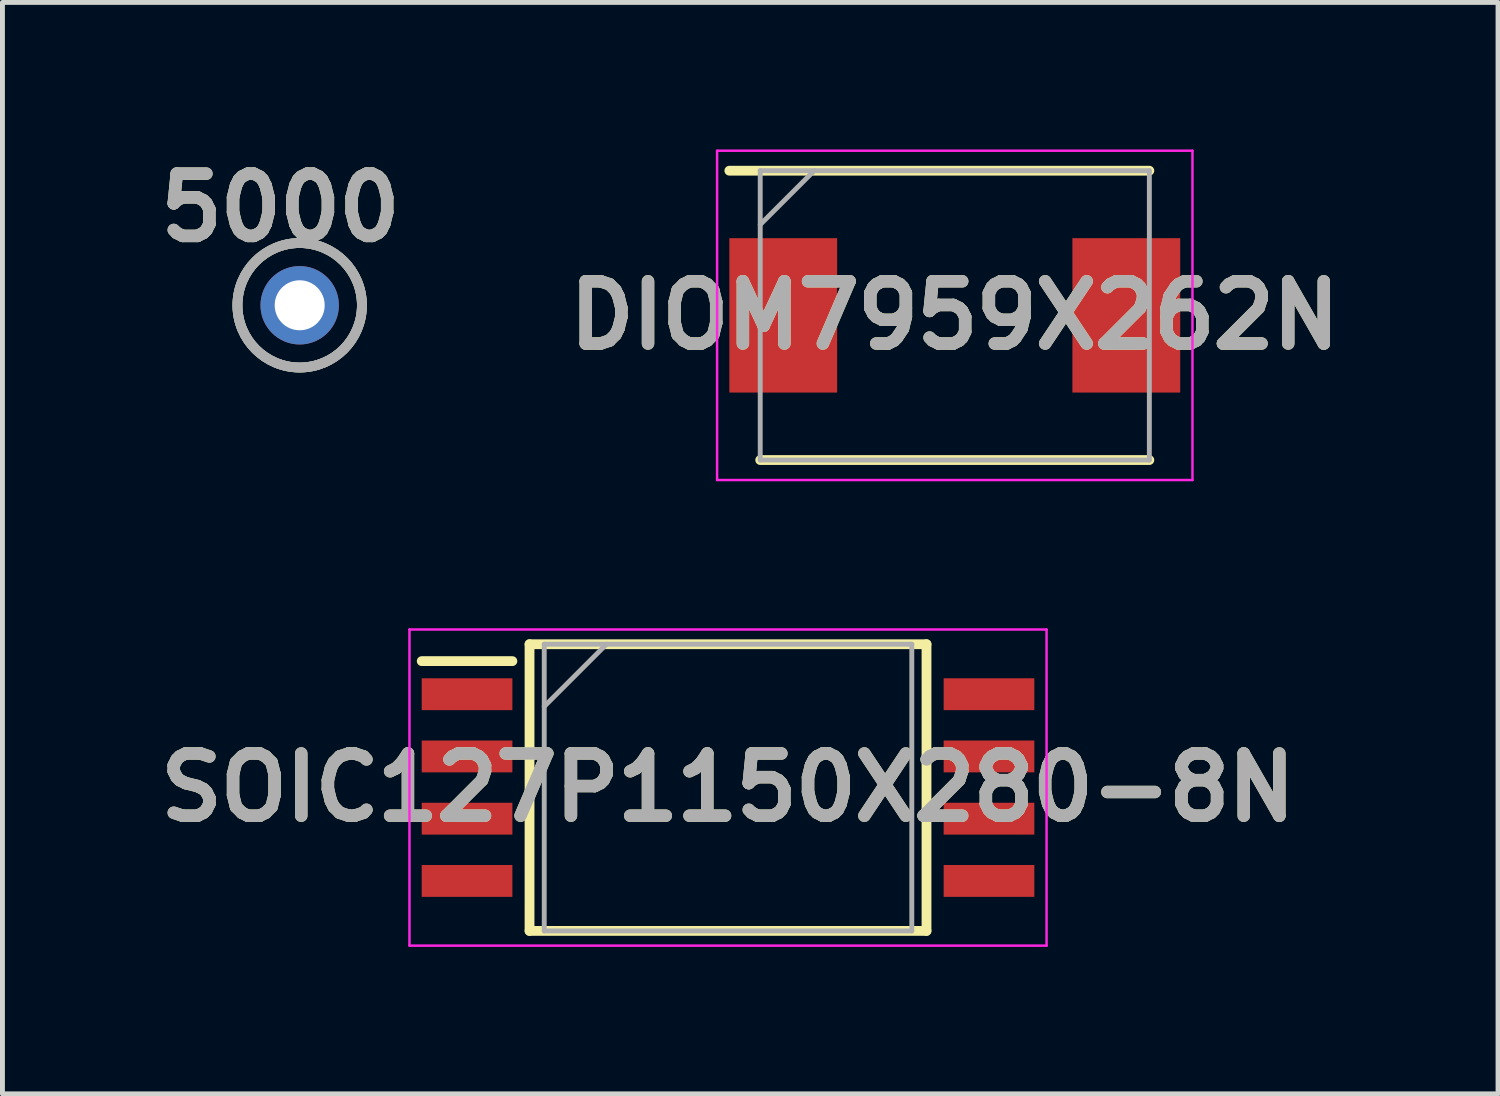
<source format=kicad_pcb>
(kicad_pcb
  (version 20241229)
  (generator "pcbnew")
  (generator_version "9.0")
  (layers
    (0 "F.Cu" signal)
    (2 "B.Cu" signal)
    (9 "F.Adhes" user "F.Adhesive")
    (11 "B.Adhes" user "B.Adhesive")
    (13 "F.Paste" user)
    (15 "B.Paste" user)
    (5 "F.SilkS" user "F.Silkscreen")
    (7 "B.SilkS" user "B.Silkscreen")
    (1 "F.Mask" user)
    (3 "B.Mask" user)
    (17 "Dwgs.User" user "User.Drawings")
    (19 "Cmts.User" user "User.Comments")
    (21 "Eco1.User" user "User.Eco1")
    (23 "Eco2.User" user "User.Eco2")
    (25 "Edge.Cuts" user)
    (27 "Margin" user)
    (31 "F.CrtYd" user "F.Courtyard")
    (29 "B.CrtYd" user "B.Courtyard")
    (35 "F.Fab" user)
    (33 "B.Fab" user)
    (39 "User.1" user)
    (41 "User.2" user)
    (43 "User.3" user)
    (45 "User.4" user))
  (footprint "DIOM7959X262N"
    (layer "F.Cu")
    (at 16.432 3.385)
    (property "Reference" "DIOM7959X262N" (at 0 0 0) (layer "F.SilkS") (effects (font (size 1.27 1.27) (thickness 0.254))))
    (attr smd)
    (fp_line (start -3.97 2.952) (end 3.97 2.952) (stroke (width 0.2) (type solid)) (layer "F.SilkS"))
    (fp_line (start 3.97 -2.952) (end -4.6 -2.952) (stroke (width 0.2) (type solid)) (layer "F.SilkS"))
    (fp_line (start -4.85 -3.36) (end 4.85 -3.36) (stroke (width 0.05) (type solid)) (layer "F.CrtYd"))
    (fp_line (start -4.85 3.36) (end -4.85 -3.36) (stroke (width 0.05) (type solid)) (layer "F.CrtYd"))
    (fp_line (start 4.85 -3.36) (end 4.85 3.36) (stroke (width 0.05) (type solid)) (layer "F.CrtYd"))
    (fp_line (start 4.85 3.36) (end -4.85 3.36) (stroke (width 0.05) (type solid)) (layer "F.CrtYd"))
    (fp_line (start -3.97 -2.952) (end 3.97 -2.952) (stroke (width 0.1) (type solid)) (layer "F.Fab"))
    (fp_line (start -3.97 -1.852) (end -2.87 -2.952) (stroke (width 0.1) (type solid)) (layer "F.Fab"))
    (fp_line (start -3.97 2.952) (end -3.97 -2.952) (stroke (width 0.1) (type solid)) (layer "F.Fab"))
    (fp_line (start 3.97 -2.952) (end 3.97 2.952) (stroke (width 0.1) (type solid)) (layer "F.Fab"))
    (fp_line (start 3.97 2.952) (end -3.97 2.952) (stroke (width 0.1) (type solid)) (layer "F.Fab"))
    (fp_text user "${REFERENCE}" (at 0 0 0) (layer "F.Fab") (effects (font (size 1.27 1.27) (thickness 0.254))))
    (pad "1" smd rect (at -3.5 0) (size 2.2 3.15) (layers "F.Cu" "F.Mask" "F.Paste"))
    (pad "2" smd rect (at 3.5 0) (size 2.2 3.15) (layers "F.Cu" "F.Mask" "F.Paste")))
  (footprint "5000"
    (layer "F.Cu")
    (at 3.065 3.179)
    (property "Reference" "5000" (at -0.392 -1.99 0) (layer "F.SilkS") (effects (font (size 1.27 1.27) (thickness 0.254))))
    (attr through_hole)
    (fp_circle (center 0 0) (end 0 1.27) (stroke (width 0.2) (type solid)) (fill no) (layer "F.SilkS"))
    (fp_circle (center 0 0) (end 0 1.27) (stroke (width 0.2) (type solid)) (fill no) (layer "F.Fab"))
    (fp_circle (center 0 0) (end 0 1.27) (stroke (width 0.2) (type solid)) (fill no) (layer "F.Fab"))
    (fp_text user "${REFERENCE}" (at -0.392 -1.99 0) (layer "F.Fab") (effects (font (size 1.27 1.27) (thickness 0.254))))
    (pad "1" thru_hole circle (at 0 0) (size 1.6 1.6) (drill 1.02) (layers "*.Cu" "*.Mask")))
  (footprint "SOIC127P1150X280-8N"
    (layer "F.Cu")
    (at 11.805 13.02)
    (property "Reference" "SOIC127P1150X280-8N" (at 0 0 0) (layer "F.SilkS") (effects (font (size 1.27 1.27) (thickness 0.254))))
    (attr smd)
    (fp_line (start -6.25 -2.58) (end -4.4 -2.58) (stroke (width 0.2) (type solid)) (layer "F.SilkS"))
    (fp_line (start -4.05 -2.925) (end 4.05 -2.925) (stroke (width 0.2) (type solid)) (layer "F.SilkS"))
    (fp_line (start -4.05 2.925) (end -4.05 -2.925) (stroke (width 0.2) (type solid)) (layer "F.SilkS"))
    (fp_line (start 4.05 -2.925) (end 4.05 2.925) (stroke (width 0.2) (type solid)) (layer "F.SilkS"))
    (fp_line (start 4.05 2.925) (end -4.05 2.925) (stroke (width 0.2) (type solid)) (layer "F.SilkS"))
    (fp_line (start -6.5 -3.225) (end 6.5 -3.225) (stroke (width 0.05) (type solid)) (layer "F.CrtYd"))
    (fp_line (start -6.5 3.225) (end -6.5 -3.225) (stroke (width 0.05) (type solid)) (layer "F.CrtYd"))
    (fp_line (start 6.5 -3.225) (end 6.5 3.225) (stroke (width 0.05) (type solid)) (layer "F.CrtYd"))
    (fp_line (start 6.5 3.225) (end -6.5 3.225) (stroke (width 0.05) (type solid)) (layer "F.CrtYd"))
    (fp_line (start -3.75 -2.925) (end 3.75 -2.925) (stroke (width 0.1) (type solid)) (layer "F.Fab"))
    (fp_line (start -3.75 -1.655) (end -2.48 -2.925) (stroke (width 0.1) (type solid)) (layer "F.Fab"))
    (fp_line (start -3.75 2.925) (end -3.75 -2.925) (stroke (width 0.1) (type solid)) (layer "F.Fab"))
    (fp_line (start 3.75 -2.925) (end 3.75 2.925) (stroke (width 0.1) (type solid)) (layer "F.Fab"))
    (fp_line (start 3.75 2.925) (end -3.75 2.925) (stroke (width 0.1) (type solid)) (layer "F.Fab"))
    (fp_text user "${REFERENCE}" (at 0 0 0) (layer "F.Fab") (effects (font (size 1.27 1.27) (thickness 0.254))))
    (pad "1" smd rect (at -5.325 -1.905 90) (size 0.65 1.85) (layers "F.Cu" "F.Mask" "F.Paste"))
    (pad "2" smd rect (at -5.325 -0.635 90) (size 0.65 1.85) (layers "F.Cu" "F.Mask" "F.Paste"))
    (pad "3" smd rect (at -5.325 0.635 90) (size 0.65 1.85) (layers "F.Cu" "F.Mask" "F.Paste"))
    (pad "4" smd rect (at -5.325 1.905 90) (size 0.65 1.85) (layers "F.Cu" "F.Mask" "F.Paste"))
    (pad "5" smd rect (at 5.325 1.905 90) (size 0.65 1.85) (layers "F.Cu" "F.Mask" "F.Paste"))
    (pad "6" smd rect (at 5.325 0.635 90) (size 0.65 1.85) (layers "F.Cu" "F.Mask" "F.Paste"))
    (pad "7" smd rect (at 5.325 -0.635 90) (size 0.65 1.85) (layers "F.Cu" "F.Mask" "F.Paste"))
    (pad "8" smd rect (at 5.325 -1.905 90) (size 0.65 1.85) (layers "F.Cu" "F.Mask" "F.Paste")))
  (gr_rect
    (start -3 -3)
    (end 27.517 19.27)
    (stroke (width 0.1) (type default))
    (fill no)
    (layer "Edge.Cuts")))
</source>
